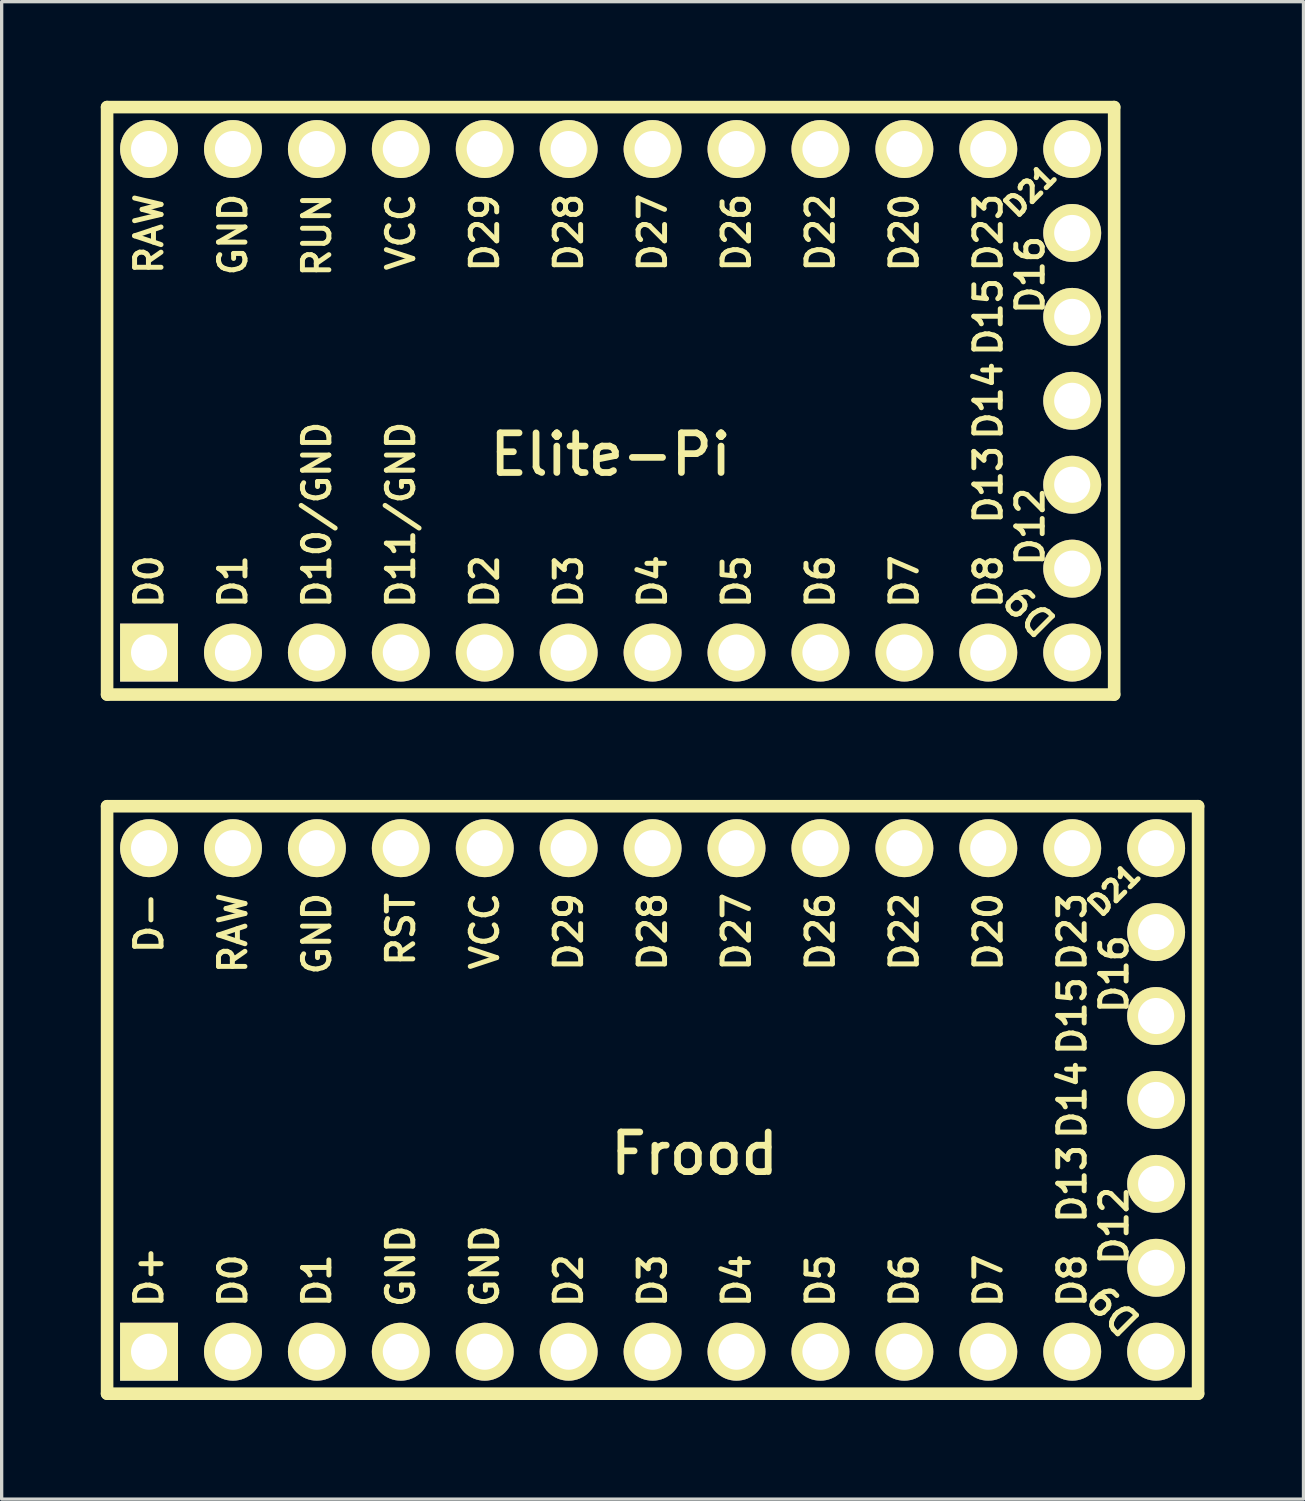
<source format=kicad_pcb>
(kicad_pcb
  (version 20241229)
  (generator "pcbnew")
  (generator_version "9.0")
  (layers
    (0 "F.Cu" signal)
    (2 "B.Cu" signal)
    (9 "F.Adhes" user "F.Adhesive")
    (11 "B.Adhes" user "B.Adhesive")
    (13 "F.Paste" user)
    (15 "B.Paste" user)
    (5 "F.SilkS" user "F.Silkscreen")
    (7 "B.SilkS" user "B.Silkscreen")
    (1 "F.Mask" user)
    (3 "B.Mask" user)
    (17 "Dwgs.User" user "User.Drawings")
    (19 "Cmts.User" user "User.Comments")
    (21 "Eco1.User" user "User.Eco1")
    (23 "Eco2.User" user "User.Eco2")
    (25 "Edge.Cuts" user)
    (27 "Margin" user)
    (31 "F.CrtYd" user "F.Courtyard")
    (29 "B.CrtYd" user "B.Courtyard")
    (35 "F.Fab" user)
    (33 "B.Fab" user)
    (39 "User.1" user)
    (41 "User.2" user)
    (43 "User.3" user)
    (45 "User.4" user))
  (footprint "Elite-Pi"
    (layer "F.Cu")
    (at 15.431 9.081)
    (property "Reference" "Elite-Pi" (at 0 1.625 0) (layer "F.SilkS") (effects (font (size 1.2 1.2) (thickness 0.203))))
    (attr through_hole)
    (fp_line (start -15.24 -8.89) (end -15.24 8.89) (stroke (width 0.381) (type solid)) (layer "F.SilkS"))
    (fp_line (start -15.24 8.89) (end 15.24 8.89) (stroke (width 0.381) (type solid)) (layer "F.SilkS"))
    (fp_line (start 15.24 -8.89) (end -15.24 -8.89) (stroke (width 0.381) (type solid)) (layer "F.SilkS"))
    (fp_line (start 15.24 8.89) (end 15.24 -8.89) (stroke (width 0.381) (type solid)) (layer "F.SilkS"))
    (fp_text user "D8" (at 11.43 6.35 90) (unlocked yes) (layer "F.SilkS") (effects (font (size 0.8 0.8) (thickness 0.15)) (justify left)))
    (fp_text user "D26" (at 3.81 -6.35 90) (unlocked yes) (layer "F.SilkS") (effects (font (size 0.8 0.8) (thickness 0.15)) (justify right)))
    (fp_text user "D27" (at 1.27 -6.35 90) (unlocked yes) (layer "F.SilkS") (effects (font (size 0.8 0.8) (thickness 0.15)) (justify right)))
    (fp_text user "D7" (at 8.89 6.35 90) (unlocked yes) (layer "F.SilkS") (effects (font (size 0.8 0.8) (thickness 0.15)) (justify left)))
    (fp_text user "D9" (at 12.7 6.35 135) (unlocked yes) (layer "F.SilkS") (effects (font (size 0.8 0.8) (thickness 0.15))))
    (fp_text user "RUN" (at -8.89 -6.35 90) (unlocked yes) (layer "F.SilkS") (effects (font (size 0.8 0.8) (thickness 0.15)) (justify right)))
    (fp_text user "D23" (at 11.43 -6.35 90) (unlocked yes) (layer "F.SilkS") (effects (font (size 0.8 0.8) (thickness 0.15)) (justify right)))
    (fp_text user "D14" (at 11.43 0 90) (unlocked yes) (layer "F.SilkS") (effects (font (size 0.8 0.8) (thickness 0.15))))
    (fp_text user "D21" (at 12.7 -6.35 45) (unlocked yes) (layer "F.SilkS") (effects (font (size 0.6 0.6) (thickness 0.15))))
    (fp_text user "D1" (at -11.43 6.35 90) (unlocked yes) (layer "F.SilkS") (effects (font (size 0.8 0.8) (thickness 0.15)) (justify left)))
    (fp_text user "D6" (at 6.35 6.35 90) (unlocked yes) (layer "F.SilkS") (effects (font (size 0.8 0.8) (thickness 0.15)) (justify left)))
    (fp_text user "D4" (at 1.27 6.35 90) (unlocked yes) (layer "F.SilkS") (effects (font (size 0.8 0.8) (thickness 0.15)) (justify left)))
    (fp_text user "D3" (at -1.27 6.35 90) (unlocked yes) (layer "F.SilkS") (effects (font (size 0.8 0.8) (thickness 0.15)) (justify left)))
    (fp_text user "D0" (at -13.97 6.35 90) (unlocked yes) (layer "F.SilkS") (effects (font (size 0.8 0.8) (thickness 0.15)) (justify left)))
    (fp_text user "D20" (at 8.89 -6.35 90) (unlocked yes) (layer "F.SilkS") (effects (font (size 0.8 0.8) (thickness 0.15)) (justify right)))
    (fp_text user "D11/GND" (at -6.35 6.35 90) (unlocked yes) (layer "F.SilkS") (effects (font (size 0.8 0.8) (thickness 0.15)) (justify left)))
    (fp_text user "D22" (at 6.35 -6.35 90) (unlocked yes) (layer "F.SilkS") (effects (font (size 0.8 0.8) (thickness 0.15)) (justify right)))
    (fp_text user "D29" (at -3.81 -6.35 90) (unlocked yes) (layer "F.SilkS") (effects (font (size 0.8 0.8) (thickness 0.15)) (justify right)))
    (fp_text user "D2" (at -3.81 6.35 90) (unlocked yes) (layer "F.SilkS") (effects (font (size 0.8 0.8) (thickness 0.15)) (justify left)))
    (fp_text user "D13" (at 11.43 2.54 90) (unlocked yes) (layer "F.SilkS") (effects (font (size 0.8 0.8) (thickness 0.15))))
    (fp_text user "D5" (at 3.81 6.35 90) (unlocked yes) (layer "F.SilkS") (effects (font (size 0.8 0.8) (thickness 0.15)) (justify left)))
    (fp_text user "VCC" (at -6.35 -6.35 90) (unlocked yes) (layer "F.SilkS") (effects (font (size 0.8 0.8) (thickness 0.15)) (justify right)))
    (fp_text user "D15" (at 11.43 -2.54 90) (unlocked yes) (layer "F.SilkS") (effects (font (size 0.8 0.8) (thickness 0.15))))
    (fp_text user "RAW" (at -13.97 -6.35 90) (unlocked yes) (layer "F.SilkS") (effects (font (size 0.8 0.8) (thickness 0.15)) (justify right)))
    (fp_text user "D12" (at 12.7 3.81 90) (unlocked yes) (layer "F.SilkS") (effects (font (size 0.8 0.8) (thickness 0.15))))
    (fp_text user "GND" (at -11.43 -6.35 90) (unlocked yes) (layer "F.SilkS") (effects (font (size 0.8 0.8) (thickness 0.15)) (justify right)))
    (fp_text user "D10/GND" (at -8.89 6.35 90) (unlocked yes) (layer "F.SilkS") (effects (font (size 0.8 0.8) (thickness 0.15)) (justify left)))
    (fp_text user "D28" (at -1.27 -6.35 90) (unlocked yes) (layer "F.SilkS") (effects (font (size 0.8 0.8) (thickness 0.15)) (justify right)))
    (fp_text user "D16" (at 12.7 -3.81 90) (unlocked yes) (layer "F.SilkS") (effects (font (size 0.8 0.8) (thickness 0.15))))
    (pad "1" thru_hole rect (at -13.97 7.62) (size 1.753 1.753) (drill 1.092) (layers "*.Cu" "*.Mask" "F.SilkS"))
    (pad "2" thru_hole circle (at -11.43 7.62) (size 1.753 1.753) (drill 1.092) (layers "*.Cu" "*.Mask" "F.SilkS"))
    (pad "3" thru_hole circle (at -8.89 7.62) (size 1.753 1.753) (drill 1.092) (layers "*.Cu" "*.Mask" "F.SilkS"))
    (pad "4" thru_hole circle (at -6.35 7.62) (size 1.753 1.753) (drill 1.092) (layers "*.Cu" "*.Mask" "F.SilkS"))
    (pad "5" thru_hole circle (at -3.81 7.62) (size 1.753 1.753) (drill 1.092) (layers "*.Cu" "*.Mask" "F.SilkS"))
    (pad "6" thru_hole circle (at -1.27 7.62) (size 1.753 1.753) (drill 1.092) (layers "*.Cu" "*.Mask" "F.SilkS"))
    (pad "7" thru_hole circle (at 1.27 7.62) (size 1.753 1.753) (drill 1.092) (layers "*.Cu" "*.Mask" "F.SilkS"))
    (pad "8" thru_hole circle (at 3.81 7.62) (size 1.753 1.753) (drill 1.092) (layers "*.Cu" "*.Mask" "F.SilkS"))
    (pad "9" thru_hole circle (at 6.35 7.62) (size 1.753 1.753) (drill 1.092) (layers "*.Cu" "*.Mask" "F.SilkS"))
    (pad "10" thru_hole circle (at 8.89 7.62) (size 1.753 1.753) (drill 1.092) (layers "*.Cu" "*.Mask" "F.SilkS"))
    (pad "11" thru_hole circle (at 11.43 7.62) (size 1.753 1.753) (drill 1.092) (layers "*.Cu" "*.Mask" "F.SilkS"))
    (pad "12" thru_hole circle (at 13.97 7.62) (size 1.753 1.753) (drill 1.092) (layers "*.Cu" "*.Mask" "F.SilkS"))
    (pad "13" thru_hole circle (at 13.97 -7.62) (size 1.753 1.753) (drill 1.092) (layers "*.Cu" "*.Mask" "F.SilkS"))
    (pad "14" thru_hole circle (at 11.43 -7.62) (size 1.753 1.753) (drill 1.092) (layers "*.Cu" "*.Mask" "F.SilkS"))
    (pad "15" thru_hole circle (at 8.89 -7.62) (size 1.753 1.753) (drill 1.092) (layers "*.Cu" "*.Mask" "F.SilkS"))
    (pad "16" thru_hole circle (at 6.35 -7.62) (size 1.753 1.753) (drill 1.092) (layers "*.Cu" "*.Mask" "F.SilkS"))
    (pad "17" thru_hole circle (at 3.81 -7.62) (size 1.753 1.753) (drill 1.092) (layers "*.Cu" "*.Mask" "F.SilkS"))
    (pad "18" thru_hole circle (at 1.27 -7.62) (size 1.753 1.753) (drill 1.092) (layers "*.Cu" "*.Mask" "F.SilkS"))
    (pad "19" thru_hole circle (at -1.27 -7.62) (size 1.753 1.753) (drill 1.092) (layers "*.Cu" "*.Mask" "F.SilkS"))
    (pad "20" thru_hole circle (at -3.81 -7.62) (size 1.753 1.753) (drill 1.092) (layers "*.Cu" "*.Mask" "F.SilkS"))
    (pad "21" thru_hole circle (at -6.35 -7.62) (size 1.753 1.753) (drill 1.092) (layers "*.Cu" "*.Mask" "F.SilkS"))
    (pad "22" thru_hole circle (at -8.89 -7.62) (size 1.753 1.753) (drill 1.092) (layers "*.Cu" "*.Mask" "F.SilkS"))
    (pad "23" thru_hole circle (at -11.43 -7.62) (size 1.753 1.753) (drill 1.092) (layers "*.Cu" "*.Mask" "F.SilkS"))
    (pad "24" thru_hole circle (at -13.97 -7.62) (size 1.753 1.753) (drill 1.092) (layers "*.Cu" "*.Mask" "F.SilkS"))
    (pad "25" thru_hole circle (at 13.97 5.08) (size 1.753 1.753) (drill 1.092) (layers "*.Cu" "*.Mask" "F.SilkS"))
    (pad "26" thru_hole circle (at 13.97 2.54) (size 1.753 1.753) (drill 1.092) (layers "*.Cu" "*.Mask" "F.SilkS"))
    (pad "27" thru_hole circle (at 13.97 0) (size 1.753 1.753) (drill 1.092) (layers "*.Cu" "*.Mask" "F.SilkS"))
    (pad "28" thru_hole circle (at 13.97 -2.54) (size 1.753 1.753) (drill 1.092) (layers "*.Cu" "*.Mask" "F.SilkS"))
    (pad "29" thru_hole circle (at 13.97 -5.08) (size 1.753 1.753) (drill 1.092) (layers "*.Cu" "*.Mask" "F.SilkS")))
  (footprint "Frood"
    (layer "F.Cu")
    (at 17.971 30.241)
    (property "Reference" "Frood" (at 0 1.625 0) (layer "F.SilkS") (effects (font (size 1.2 1.2) (thickness 0.203))))
    (attr through_hole)
    (fp_line (start -17.78 -8.89) (end -17.78 8.89) (stroke (width 0.381) (type solid)) (layer "F.SilkS"))
    (fp_line (start -17.78 8.89) (end 15.24 8.89) (stroke (width 0.381) (type solid)) (layer "F.SilkS"))
    (fp_line (start 15.24 -8.89) (end -17.78 -8.89) (stroke (width 0.381) (type solid)) (layer "F.SilkS"))
    (fp_line (start 15.24 8.89) (end 15.24 -8.89) (stroke (width 0.381) (type solid)) (layer "F.SilkS"))
    (fp_text user "D3" (at -1.27 6.35 90) (unlocked yes) (layer "F.SilkS") (effects (font (size 0.8 0.8) (thickness 0.15)) (justify left)))
    (fp_text user "D28" (at -1.27 -6.35 90) (unlocked yes) (layer "F.SilkS") (effects (font (size 0.8 0.8) (thickness 0.15)) (justify right)))
    (fp_text user "D14" (at 11.43 0 90) (unlocked yes) (layer "F.SilkS") (effects (font (size 0.8 0.8) (thickness 0.15))))
    (fp_text user "D9" (at 12.7 6.35 135) (unlocked yes) (layer "F.SilkS") (effects (font (size 0.8 0.8) (thickness 0.15))))
    (fp_text user "D0" (at -13.97 6.35 90) (unlocked yes) (layer "F.SilkS") (effects (font (size 0.8 0.8) (thickness 0.15)) (justify left)))
    (fp_text user "D2" (at -3.81 6.35 90) (unlocked yes) (layer "F.SilkS") (effects (font (size 0.8 0.8) (thickness 0.15)) (justify left)))
    (fp_text user "VCC" (at -6.35 -6.35 90) (unlocked yes) (layer "F.SilkS") (effects (font (size 0.8 0.8) (thickness 0.15)) (justify right)))
    (fp_text user "RST" (at -8.89 -6.35 90) (unlocked yes) (layer "F.SilkS") (effects (font (size 0.8 0.8) (thickness 0.15)) (justify right)))
    (fp_text user "D29" (at -3.81 -6.35 90) (unlocked yes) (layer "F.SilkS") (effects (font (size 0.8 0.8) (thickness 0.15)) (justify right)))
    (fp_text user "D23" (at 11.43 -6.35 90) (unlocked yes) (layer "F.SilkS") (effects (font (size 0.8 0.8) (thickness 0.15)) (justify right)))
    (fp_text user "GND" (at -6.35 6.35 90) (unlocked yes) (layer "F.SilkS") (effects (font (size 0.8 0.8) (thickness 0.15)) (justify left)))
    (fp_text user "D15" (at 11.43 -2.54 90) (unlocked yes) (layer "F.SilkS") (effects (font (size 0.8 0.8) (thickness 0.15))))
    (fp_text user "D27" (at 1.27 -6.35 90) (unlocked yes) (layer "F.SilkS") (effects (font (size 0.8 0.8) (thickness 0.15)) (justify right)))
    (fp_text user "GND" (at -8.89 6.35 90) (unlocked yes) (layer "F.SilkS") (effects (font (size 0.8 0.8) (thickness 0.15)) (justify left)))
    (fp_text user "GND" (at -11.43 -6.35 90) (unlocked yes) (layer "F.SilkS") (effects (font (size 0.8 0.8) (thickness 0.15)) (justify right)))
    (fp_text user "D7" (at 8.89 6.35 90) (unlocked yes) (layer "F.SilkS") (effects (font (size 0.8 0.8) (thickness 0.15)) (justify left)))
    (fp_text user "D+" (at -16.51 6.35 90) (unlocked yes) (layer "F.SilkS") (effects (font (size 0.8 0.8) (thickness 0.15)) (justify left)))
    (fp_text user "D1" (at -11.43 6.35 90) (unlocked yes) (layer "F.SilkS") (effects (font (size 0.8 0.8) (thickness 0.15)) (justify left)))
    (fp_text user "RAW" (at -13.97 -6.35 90) (unlocked yes) (layer "F.SilkS") (effects (font (size 0.8 0.8) (thickness 0.15)) (justify right)))
    (fp_text user "D-" (at -16.51 -6.35 90) (unlocked yes) (layer "F.SilkS") (effects (font (size 0.8 0.8) (thickness 0.15)) (justify right)))
    (fp_text user "D4" (at 1.27 6.35 90) (unlocked yes) (layer "F.SilkS") (effects (font (size 0.8 0.8) (thickness 0.15)) (justify left)))
    (fp_text user "D16" (at 12.7 -3.81 90) (unlocked yes) (layer "F.SilkS") (effects (font (size 0.8 0.8) (thickness 0.15))))
    (fp_text user "D20" (at 8.89 -6.35 90) (unlocked yes) (layer "F.SilkS") (effects (font (size 0.8 0.8) (thickness 0.15)) (justify right)))
    (fp_text user "D21" (at 12.7 -6.35 45) (unlocked yes) (layer "F.SilkS") (effects (font (size 0.6 0.6) (thickness 0.15))))
    (fp_text user "D22" (at 6.35 -6.35 90) (unlocked yes) (layer "F.SilkS") (effects (font (size 0.8 0.8) (thickness 0.15)) (justify right)))
    (fp_text user "D5" (at 3.81 6.35 90) (unlocked yes) (layer "F.SilkS") (effects (font (size 0.8 0.8) (thickness 0.15)) (justify left)))
    (fp_text user "D12" (at 12.7 3.81 90) (unlocked yes) (layer "F.SilkS") (effects (font (size 0.8 0.8) (thickness 0.15))))
    (fp_text user "D6" (at 6.35 6.35 90) (unlocked yes) (layer "F.SilkS") (effects (font (size 0.8 0.8) (thickness 0.15)) (justify left)))
    (fp_text user "D26" (at 3.81 -6.35 90) (unlocked yes) (layer "F.SilkS") (effects (font (size 0.8 0.8) (thickness 0.15)) (justify right)))
    (fp_text user "D8" (at 11.43 6.35 90) (unlocked yes) (layer "F.SilkS") (effects (font (size 0.8 0.8) (thickness 0.15)) (justify left)))
    (fp_text user "D13" (at 11.43 2.54 90) (unlocked yes) (layer "F.SilkS") (effects (font (size 0.8 0.8) (thickness 0.15))))
    (pad "1" thru_hole rect (at -16.51 7.62) (size 1.753 1.753) (drill 1.092) (layers "*.Cu" "*.Mask" "F.SilkS"))
    (pad "2" thru_hole circle (at -13.97 7.62) (size 1.753 1.753) (drill 1.092) (layers "*.Cu" "*.Mask" "F.SilkS"))
    (pad "3" thru_hole circle (at -11.43 7.62) (size 1.753 1.753) (drill 1.092) (layers "*.Cu" "*.Mask" "F.SilkS"))
    (pad "4" thru_hole circle (at -8.89 7.62) (size 1.753 1.753) (drill 1.092) (layers "*.Cu" "*.Mask" "F.SilkS"))
    (pad "5" thru_hole circle (at -6.35 7.62) (size 1.753 1.753) (drill 1.092) (layers "*.Cu" "*.Mask" "F.SilkS"))
    (pad "6" thru_hole circle (at -3.81 7.62) (size 1.753 1.753) (drill 1.092) (layers "*.Cu" "*.Mask" "F.SilkS"))
    (pad "7" thru_hole circle (at -1.27 7.62) (size 1.753 1.753) (drill 1.092) (layers "*.Cu" "*.Mask" "F.SilkS"))
    (pad "8" thru_hole circle (at 1.27 7.62) (size 1.753 1.753) (drill 1.092) (layers "*.Cu" "*.Mask" "F.SilkS"))
    (pad "9" thru_hole circle (at 3.81 7.62) (size 1.753 1.753) (drill 1.092) (layers "*.Cu" "*.Mask" "F.SilkS"))
    (pad "10" thru_hole circle (at 6.35 7.62) (size 1.753 1.753) (drill 1.092) (layers "*.Cu" "*.Mask" "F.SilkS"))
    (pad "11" thru_hole circle (at 8.89 7.62) (size 1.753 1.753) (drill 1.092) (layers "*.Cu" "*.Mask" "F.SilkS"))
    (pad "12" thru_hole circle (at 11.43 7.62) (size 1.753 1.753) (drill 1.092) (layers "*.Cu" "*.Mask" "F.SilkS"))
    (pad "13" thru_hole circle (at 13.97 7.62) (size 1.753 1.753) (drill 1.092) (layers "*.Cu" "*.Mask" "F.SilkS"))
    (pad "14" thru_hole circle (at 13.97 -7.62) (size 1.753 1.753) (drill 1.092) (layers "*.Cu" "*.Mask" "F.SilkS"))
    (pad "15" thru_hole circle (at 11.43 -7.62) (size 1.753 1.753) (drill 1.092) (layers "*.Cu" "*.Mask" "F.SilkS"))
    (pad "16" thru_hole circle (at 8.89 -7.62) (size 1.753 1.753) (drill 1.092) (layers "*.Cu" "*.Mask" "F.SilkS"))
    (pad "17" thru_hole circle (at 6.35 -7.62) (size 1.753 1.753) (drill 1.092) (layers "*.Cu" "*.Mask" "F.SilkS"))
    (pad "18" thru_hole circle (at 3.81 -7.62) (size 1.753 1.753) (drill 1.092) (layers "*.Cu" "*.Mask" "F.SilkS"))
    (pad "19" thru_hole circle (at 1.27 -7.62) (size 1.753 1.753) (drill 1.092) (layers "*.Cu" "*.Mask" "F.SilkS"))
    (pad "20" thru_hole circle (at -1.27 -7.62) (size 1.753 1.753) (drill 1.092) (layers "*.Cu" "*.Mask" "F.SilkS"))
    (pad "21" thru_hole circle (at -3.81 -7.62) (size 1.753 1.753) (drill 1.092) (layers "*.Cu" "*.Mask" "F.SilkS"))
    (pad "22" thru_hole circle (at -6.35 -7.62) (size 1.753 1.753) (drill 1.092) (layers "*.Cu" "*.Mask" "F.SilkS"))
    (pad "23" thru_hole circle (at -8.89 -7.62) (size 1.753 1.753) (drill 1.092) (layers "*.Cu" "*.Mask" "F.SilkS"))
    (pad "24" thru_hole circle (at -11.43 -7.62) (size 1.753 1.753) (drill 1.092) (layers "*.Cu" "*.Mask" "F.SilkS"))
    (pad "25" thru_hole circle (at -13.97 -7.62) (size 1.753 1.753) (drill 1.092) (layers "*.Cu" "*.Mask" "F.SilkS"))
    (pad "26" thru_hole circle (at -16.51 -7.62) (size 1.753 1.753) (drill 1.092) (layers "*.Cu" "*.Mask" "F.SilkS"))
    (pad "27" thru_hole circle (at 13.97 5.08) (size 1.753 1.753) (drill 1.092) (layers "*.Cu" "*.Mask" "F.SilkS"))
    (pad "28" thru_hole circle (at 13.97 2.54) (size 1.753 1.753) (drill 1.092) (layers "*.Cu" "*.Mask" "F.SilkS"))
    (pad "29" thru_hole circle (at 13.97 0) (size 1.753 1.753) (drill 1.092) (layers "*.Cu" "*.Mask" "F.SilkS"))
    (pad "30" thru_hole circle (at 13.97 -2.54) (size 1.753 1.753) (drill 1.092) (layers "*.Cu" "*.Mask" "F.SilkS"))
    (pad "31" thru_hole circle (at 13.97 -5.08) (size 1.753 1.753) (drill 1.092) (layers "*.Cu" "*.Mask" "F.SilkS")))
  (gr_rect
    (start -3 -3)
    (end 36.401 42.322)
    (stroke (width 0.1) (type default))
    (fill no)
    (layer "Edge.Cuts")))
</source>
